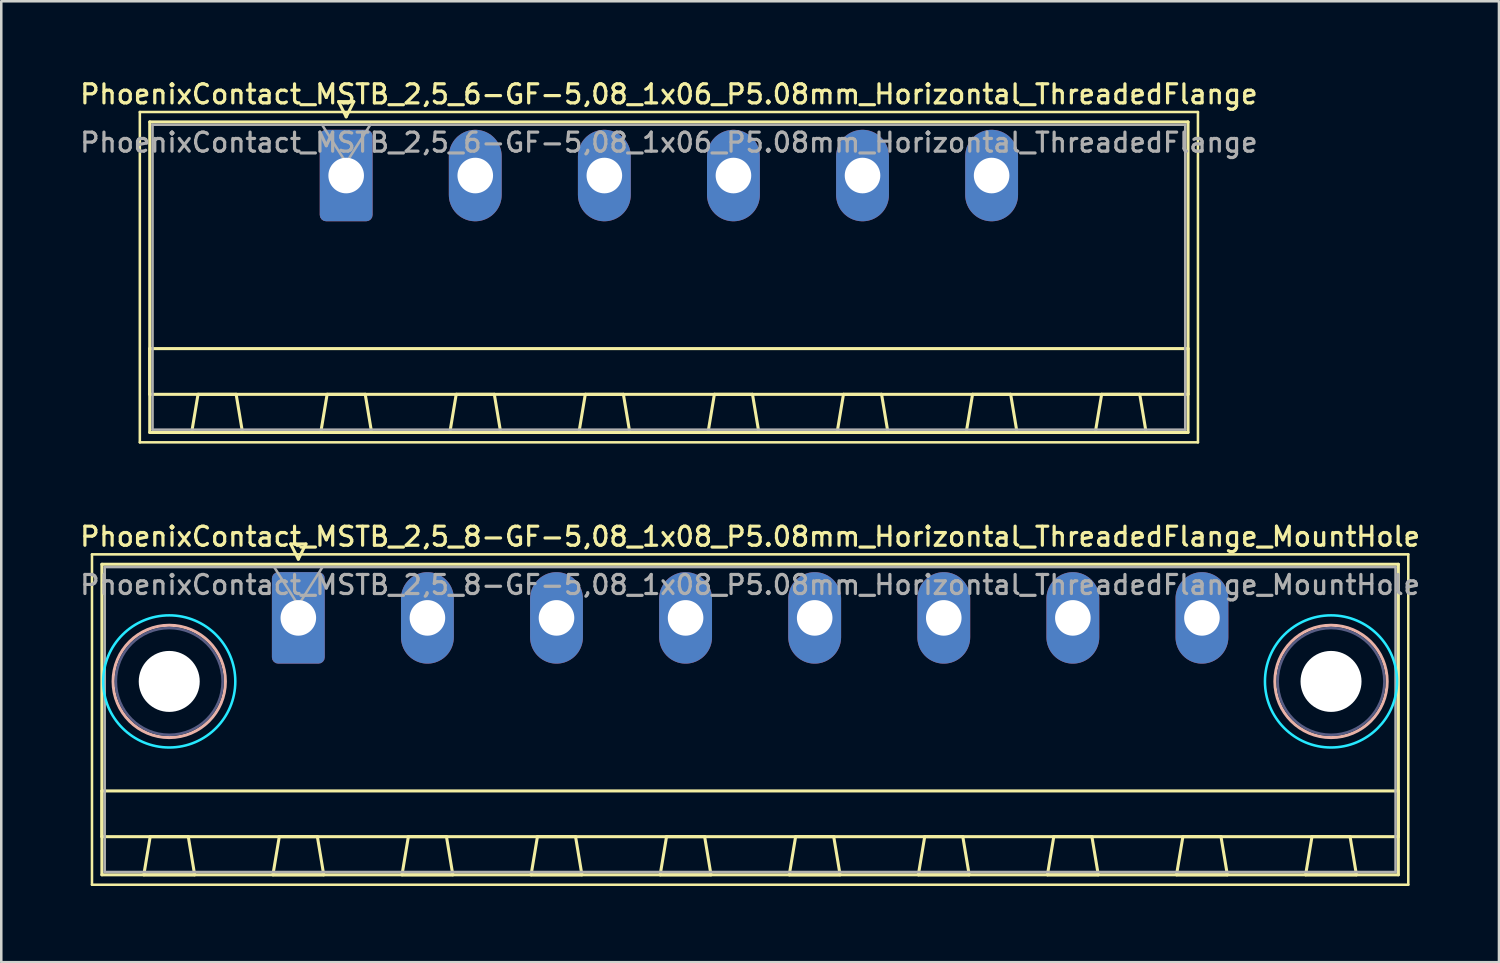
<source format=kicad_pcb>
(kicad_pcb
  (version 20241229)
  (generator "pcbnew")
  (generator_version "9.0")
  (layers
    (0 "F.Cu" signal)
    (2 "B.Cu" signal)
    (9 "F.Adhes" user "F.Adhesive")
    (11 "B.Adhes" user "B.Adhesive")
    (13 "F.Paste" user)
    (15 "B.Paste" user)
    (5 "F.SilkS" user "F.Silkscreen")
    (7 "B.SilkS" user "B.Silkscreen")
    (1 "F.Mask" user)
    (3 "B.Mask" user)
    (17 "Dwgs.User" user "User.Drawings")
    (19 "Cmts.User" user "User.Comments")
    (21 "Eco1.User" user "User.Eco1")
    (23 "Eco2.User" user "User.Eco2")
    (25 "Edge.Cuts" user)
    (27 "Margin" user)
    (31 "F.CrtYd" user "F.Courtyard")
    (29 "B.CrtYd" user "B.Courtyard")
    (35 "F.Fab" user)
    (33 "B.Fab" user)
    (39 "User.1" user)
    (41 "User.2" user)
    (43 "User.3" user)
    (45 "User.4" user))
  (footprint "PhoenixContact_MSTB_2,5_6-GF-5,08_1x06_P5.08mm_Horizontal_ThreadedFlange"
    (layer "F.Cu")
    (at 10.573 3.858)
    (property "Reference" "PhoenixContact_MSTB_2,5_6-GF-5,08_1x06_P5.08mm_Horizontal_ThreadedFlange" (at 12.7 -3.2 0) (layer "F.SilkS") (effects (font (size 0.75 0.75) (thickness 0.125))))
    (attr through_hole)
    (fp_line (start -8.12 -2.5) (end -8.12 10.5) (stroke (width 0.1) (type solid)) (layer "F.SilkS"))
    (fp_line (start -8.12 10.5) (end 33.52 10.5) (stroke (width 0.1) (type solid)) (layer "F.SilkS"))
    (fp_line (start -7.73 -2.11) (end -7.73 10.11) (stroke (width 0.12) (type solid)) (layer "F.SilkS"))
    (fp_line (start -7.73 6.81) (end 33.13 6.81) (stroke (width 0.12) (type solid)) (layer "F.SilkS"))
    (fp_line (start -7.73 8.61) (end -7.73 6.81) (stroke (width 0.12) (type solid)) (layer "F.SilkS"))
    (fp_line (start -7.73 10.11) (end 33.13 10.11) (stroke (width 0.12) (type solid)) (layer "F.SilkS"))
    (fp_line (start -6.08 10.11) (end -4.08 10.11) (stroke (width 0.12) (type solid)) (layer "F.SilkS"))
    (fp_line (start -5.83 8.61) (end -6.08 10.11) (stroke (width 0.12) (type solid)) (layer "F.SilkS"))
    (fp_line (start -4.33 8.61) (end -5.83 8.61) (stroke (width 0.12) (type solid)) (layer "F.SilkS"))
    (fp_line (start -4.08 10.11) (end -4.33 8.61) (stroke (width 0.12) (type solid)) (layer "F.SilkS"))
    (fp_line (start -1 10.11) (end 1 10.11) (stroke (width 0.12) (type solid)) (layer "F.SilkS"))
    (fp_line (start -0.75 8.61) (end -1 10.11) (stroke (width 0.12) (type solid)) (layer "F.SilkS"))
    (fp_line (start -0.3 -2.91) (end 0.3 -2.91) (stroke (width 0.12) (type solid)) (layer "F.SilkS"))
    (fp_line (start 0 -2.31) (end -0.3 -2.91) (stroke (width 0.12) (type solid)) (layer "F.SilkS"))
    (fp_line (start 0.3 -2.91) (end 0 -2.31) (stroke (width 0.12) (type solid)) (layer "F.SilkS"))
    (fp_line (start 0.75 8.61) (end -0.75 8.61) (stroke (width 0.12) (type solid)) (layer "F.SilkS"))
    (fp_line (start 1 10.11) (end 0.75 8.61) (stroke (width 0.12) (type solid)) (layer "F.SilkS"))
    (fp_line (start 4.08 10.11) (end 6.08 10.11) (stroke (width 0.12) (type solid)) (layer "F.SilkS"))
    (fp_line (start 4.33 8.61) (end 4.08 10.11) (stroke (width 0.12) (type solid)) (layer "F.SilkS"))
    (fp_line (start 5.83 8.61) (end 4.33 8.61) (stroke (width 0.12) (type solid)) (layer "F.SilkS"))
    (fp_line (start 6.08 10.11) (end 5.83 8.61) (stroke (width 0.12) (type solid)) (layer "F.SilkS"))
    (fp_line (start 9.16 10.11) (end 11.16 10.11) (stroke (width 0.12) (type solid)) (layer "F.SilkS"))
    (fp_line (start 9.41 8.61) (end 9.16 10.11) (stroke (width 0.12) (type solid)) (layer "F.SilkS"))
    (fp_line (start 10.91 8.61) (end 9.41 8.61) (stroke (width 0.12) (type solid)) (layer "F.SilkS"))
    (fp_line (start 11.16 10.11) (end 10.91 8.61) (stroke (width 0.12) (type solid)) (layer "F.SilkS"))
    (fp_line (start 14.24 10.11) (end 16.24 10.11) (stroke (width 0.12) (type solid)) (layer "F.SilkS"))
    (fp_line (start 14.49 8.61) (end 14.24 10.11) (stroke (width 0.12) (type solid)) (layer "F.SilkS"))
    (fp_line (start 15.99 8.61) (end 14.49 8.61) (stroke (width 0.12) (type solid)) (layer "F.SilkS"))
    (fp_line (start 16.24 10.11) (end 15.99 8.61) (stroke (width 0.12) (type solid)) (layer "F.SilkS"))
    (fp_line (start 19.32 10.11) (end 21.32 10.11) (stroke (width 0.12) (type solid)) (layer "F.SilkS"))
    (fp_line (start 19.57 8.61) (end 19.32 10.11) (stroke (width 0.12) (type solid)) (layer "F.SilkS"))
    (fp_line (start 21.07 8.61) (end 19.57 8.61) (stroke (width 0.12) (type solid)) (layer "F.SilkS"))
    (fp_line (start 21.32 10.11) (end 21.07 8.61) (stroke (width 0.12) (type solid)) (layer "F.SilkS"))
    (fp_line (start 24.4 10.11) (end 26.4 10.11) (stroke (width 0.12) (type solid)) (layer "F.SilkS"))
    (fp_line (start 24.65 8.61) (end 24.4 10.11) (stroke (width 0.12) (type solid)) (layer "F.SilkS"))
    (fp_line (start 26.15 8.61) (end 24.65 8.61) (stroke (width 0.12) (type solid)) (layer "F.SilkS"))
    (fp_line (start 26.4 10.11) (end 26.15 8.61) (stroke (width 0.12) (type solid)) (layer "F.SilkS"))
    (fp_line (start 29.48 10.11) (end 31.48 10.11) (stroke (width 0.12) (type solid)) (layer "F.SilkS"))
    (fp_line (start 29.73 8.61) (end 29.48 10.11) (stroke (width 0.12) (type solid)) (layer "F.SilkS"))
    (fp_line (start 31.23 8.61) (end 29.73 8.61) (stroke (width 0.12) (type solid)) (layer "F.SilkS"))
    (fp_line (start 31.48 10.11) (end 31.23 8.61) (stroke (width 0.12) (type solid)) (layer "F.SilkS"))
    (fp_line (start 33.13 -2.11) (end -7.73 -2.11) (stroke (width 0.12) (type solid)) (layer "F.SilkS"))
    (fp_line (start 33.13 6.81) (end 33.13 8.61) (stroke (width 0.12) (type solid)) (layer "F.SilkS"))
    (fp_line (start 33.13 8.61) (end -7.73 8.61) (stroke (width 0.12) (type solid)) (layer "F.SilkS"))
    (fp_line (start 33.13 10.11) (end 33.13 -2.11) (stroke (width 0.12) (type solid)) (layer "F.SilkS"))
    (fp_line (start 33.52 -2.5) (end -8.12 -2.5) (stroke (width 0.1) (type solid)) (layer "F.SilkS"))
    (fp_line (start 33.52 10.5) (end 33.52 -2.5) (stroke (width 0.1) (type solid)) (layer "F.SilkS"))
    (fp_line (start -7.62 -2) (end -7.62 10) (stroke (width 0.1) (type solid)) (layer "F.Fab"))
    (fp_line (start -7.62 10) (end 33.02 10) (stroke (width 0.1) (type solid)) (layer "F.Fab"))
    (fp_line (start 0 -0.5) (end -0.95 -2) (stroke (width 0.1) (type solid)) (layer "F.Fab"))
    (fp_line (start 0.95 -2) (end 0 -0.5) (stroke (width 0.1) (type solid)) (layer "F.Fab"))
    (fp_line (start 33.02 -2) (end -7.62 -2) (stroke (width 0.1) (type solid)) (layer "F.Fab"))
    (fp_line (start 33.02 10) (end 33.02 -2) (stroke (width 0.1) (type solid)) (layer "F.Fab"))
    (fp_text user "${REFERENCE}" (at 12.7 -1.3 0) (layer "F.Fab") (effects (font (size 0.75 0.75) (thickness 0.125))))
    (pad "1" thru_hole roundrect (at 0 0) (size 2.08 3.6) (drill 1.4) (layers "*.Cu" "*.Mask") (roundrect_rratio 0.12))
    (pad "2" thru_hole oval (at 5.08 0) (size 2.08 3.6) (drill 1.4) (layers "*.Cu" "*.Mask"))
    (pad "3" thru_hole oval (at 10.16 0) (size 2.08 3.6) (drill 1.4) (layers "*.Cu" "*.Mask"))
    (pad "4" thru_hole oval (at 15.24 0) (size 2.08 3.6) (drill 1.4) (layers "*.Cu" "*.Mask"))
    (pad "5" thru_hole oval (at 20.32 0) (size 2.08 3.6) (drill 1.4) (layers "*.Cu" "*.Mask"))
    (pad "6" thru_hole oval (at 25.4 0) (size 2.08 3.6) (drill 1.4) (layers "*.Cu" "*.Mask")))
  (footprint "PhoenixContact_MSTB_2,5_8-GF-5,08_1x08_P5.08mm_Horizontal_ThreadedFlange_MountHole"
    (layer "F.Cu")
    (at 8.69 21.266)
    (property "Reference" "PhoenixContact_MSTB_2,5_8-GF-5,08_1x08_P5.08mm_Horizontal_ThreadedFlange_MountHole" (at 17.78 -3.2 0) (layer "F.SilkS") (effects (font (size 0.75 0.75) (thickness 0.125))))
    (attr through_hole)
    (fp_line (start -8.12 -2.5) (end -8.12 10.5) (stroke (width 0.1) (type solid)) (layer "F.SilkS"))
    (fp_line (start -8.12 10.5) (end 43.68 10.5) (stroke (width 0.1) (type solid)) (layer "F.SilkS"))
    (fp_line (start -7.73 -2.11) (end -7.73 10.11) (stroke (width 0.12) (type solid)) (layer "F.SilkS"))
    (fp_line (start -7.73 6.81) (end 43.29 6.81) (stroke (width 0.12) (type solid)) (layer "F.SilkS"))
    (fp_line (start -7.73 8.61) (end -7.73 6.81) (stroke (width 0.12) (type solid)) (layer "F.SilkS"))
    (fp_line (start -7.73 10.11) (end 43.29 10.11) (stroke (width 0.12) (type solid)) (layer "F.SilkS"))
    (fp_line (start -6.08 10.11) (end -4.08 10.11) (stroke (width 0.12) (type solid)) (layer "F.SilkS"))
    (fp_line (start -5.83 8.61) (end -6.08 10.11) (stroke (width 0.12) (type solid)) (layer "F.SilkS"))
    (fp_line (start -4.33 8.61) (end -5.83 8.61) (stroke (width 0.12) (type solid)) (layer "F.SilkS"))
    (fp_line (start -4.08 10.11) (end -4.33 8.61) (stroke (width 0.12) (type solid)) (layer "F.SilkS"))
    (fp_line (start -1 10.11) (end 1 10.11) (stroke (width 0.12) (type solid)) (layer "F.SilkS"))
    (fp_line (start -0.75 8.61) (end -1 10.11) (stroke (width 0.12) (type solid)) (layer "F.SilkS"))
    (fp_line (start -0.3 -2.91) (end 0.3 -2.91) (stroke (width 0.12) (type solid)) (layer "F.SilkS"))
    (fp_line (start 0 -2.31) (end -0.3 -2.91) (stroke (width 0.12) (type solid)) (layer "F.SilkS"))
    (fp_line (start 0.3 -2.91) (end 0 -2.31) (stroke (width 0.12) (type solid)) (layer "F.SilkS"))
    (fp_line (start 0.75 8.61) (end -0.75 8.61) (stroke (width 0.12) (type solid)) (layer "F.SilkS"))
    (fp_line (start 1 10.11) (end 0.75 8.61) (stroke (width 0.12) (type solid)) (layer "F.SilkS"))
    (fp_line (start 4.08 10.11) (end 6.08 10.11) (stroke (width 0.12) (type solid)) (layer "F.SilkS"))
    (fp_line (start 4.33 8.61) (end 4.08 10.11) (stroke (width 0.12) (type solid)) (layer "F.SilkS"))
    (fp_line (start 5.83 8.61) (end 4.33 8.61) (stroke (width 0.12) (type solid)) (layer "F.SilkS"))
    (fp_line (start 6.08 10.11) (end 5.83 8.61) (stroke (width 0.12) (type solid)) (layer "F.SilkS"))
    (fp_line (start 9.16 10.11) (end 11.16 10.11) (stroke (width 0.12) (type solid)) (layer "F.SilkS"))
    (fp_line (start 9.41 8.61) (end 9.16 10.11) (stroke (width 0.12) (type solid)) (layer "F.SilkS"))
    (fp_line (start 10.91 8.61) (end 9.41 8.61) (stroke (width 0.12) (type solid)) (layer "F.SilkS"))
    (fp_line (start 11.16 10.11) (end 10.91 8.61) (stroke (width 0.12) (type solid)) (layer "F.SilkS"))
    (fp_line (start 14.24 10.11) (end 16.24 10.11) (stroke (width 0.12) (type solid)) (layer "F.SilkS"))
    (fp_line (start 14.49 8.61) (end 14.24 10.11) (stroke (width 0.12) (type solid)) (layer "F.SilkS"))
    (fp_line (start 15.99 8.61) (end 14.49 8.61) (stroke (width 0.12) (type solid)) (layer "F.SilkS"))
    (fp_line (start 16.24 10.11) (end 15.99 8.61) (stroke (width 0.12) (type solid)) (layer "F.SilkS"))
    (fp_line (start 19.32 10.11) (end 21.32 10.11) (stroke (width 0.12) (type solid)) (layer "F.SilkS"))
    (fp_line (start 19.57 8.61) (end 19.32 10.11) (stroke (width 0.12) (type solid)) (layer "F.SilkS"))
    (fp_line (start 21.07 8.61) (end 19.57 8.61) (stroke (width 0.12) (type solid)) (layer "F.SilkS"))
    (fp_line (start 21.32 10.11) (end 21.07 8.61) (stroke (width 0.12) (type solid)) (layer "F.SilkS"))
    (fp_line (start 24.4 10.11) (end 26.4 10.11) (stroke (width 0.12) (type solid)) (layer "F.SilkS"))
    (fp_line (start 24.65 8.61) (end 24.4 10.11) (stroke (width 0.12) (type solid)) (layer "F.SilkS"))
    (fp_line (start 26.15 8.61) (end 24.65 8.61) (stroke (width 0.12) (type solid)) (layer "F.SilkS"))
    (fp_line (start 26.4 10.11) (end 26.15 8.61) (stroke (width 0.12) (type solid)) (layer "F.SilkS"))
    (fp_line (start 29.48 10.11) (end 31.48 10.11) (stroke (width 0.12) (type solid)) (layer "F.SilkS"))
    (fp_line (start 29.73 8.61) (end 29.48 10.11) (stroke (width 0.12) (type solid)) (layer "F.SilkS"))
    (fp_line (start 31.23 8.61) (end 29.73 8.61) (stroke (width 0.12) (type solid)) (layer "F.SilkS"))
    (fp_line (start 31.48 10.11) (end 31.23 8.61) (stroke (width 0.12) (type solid)) (layer "F.SilkS"))
    (fp_line (start 34.56 10.11) (end 36.56 10.11) (stroke (width 0.12) (type solid)) (layer "F.SilkS"))
    (fp_line (start 34.81 8.61) (end 34.56 10.11) (stroke (width 0.12) (type solid)) (layer "F.SilkS"))
    (fp_line (start 36.31 8.61) (end 34.81 8.61) (stroke (width 0.12) (type solid)) (layer "F.SilkS"))
    (fp_line (start 36.56 10.11) (end 36.31 8.61) (stroke (width 0.12) (type solid)) (layer "F.SilkS"))
    (fp_line (start 39.64 10.11) (end 41.64 10.11) (stroke (width 0.12) (type solid)) (layer "F.SilkS"))
    (fp_line (start 39.89 8.61) (end 39.64 10.11) (stroke (width 0.12) (type solid)) (layer "F.SilkS"))
    (fp_line (start 41.39 8.61) (end 39.89 8.61) (stroke (width 0.12) (type solid)) (layer "F.SilkS"))
    (fp_line (start 41.64 10.11) (end 41.39 8.61) (stroke (width 0.12) (type solid)) (layer "F.SilkS"))
    (fp_line (start 43.29 -2.11) (end -7.73 -2.11) (stroke (width 0.12) (type solid)) (layer "F.SilkS"))
    (fp_line (start 43.29 6.81) (end 43.29 8.61) (stroke (width 0.12) (type solid)) (layer "F.SilkS"))
    (fp_line (start 43.29 8.61) (end -7.73 8.61) (stroke (width 0.12) (type solid)) (layer "F.SilkS"))
    (fp_line (start 43.29 10.11) (end 43.29 -2.11) (stroke (width 0.12) (type solid)) (layer "F.SilkS"))
    (fp_line (start 43.68 -2.5) (end -8.12 -2.5) (stroke (width 0.1) (type solid)) (layer "F.SilkS"))
    (fp_line (start 43.68 10.5) (end 43.68 -2.5) (stroke (width 0.1) (type solid)) (layer "F.SilkS"))
    (fp_circle (center -5.08 2.5) (end -2.87 2.5) (stroke (width 0.12) (type solid)) (fill no) (layer "B.SilkS"))
    (fp_circle (center 40.64 2.5) (end 42.85 2.5) (stroke (width 0.12) (type solid)) (fill no) (layer "B.SilkS"))
    (fp_circle (center -5.08 2.5) (end -2.48 2.5) (stroke (width 0.1) (type solid)) (fill no) (layer "B.CrtYd"))
    (fp_circle (center 40.64 2.5) (end 43.24 2.5) (stroke (width 0.1) (type solid)) (fill no) (layer "B.CrtYd"))
    (fp_circle (center -5.08 2.5) (end -2.98 2.5) (stroke (width 0.1) (type solid)) (fill no) (layer "B.Fab"))
    (fp_circle (center 40.64 2.5) (end 42.74 2.5) (stroke (width 0.1) (type solid)) (fill no) (layer "B.Fab"))
    (fp_line (start -7.62 -2) (end -7.62 10) (stroke (width 0.1) (type solid)) (layer "F.Fab"))
    (fp_line (start -7.62 10) (end 43.18 10) (stroke (width 0.1) (type solid)) (layer "F.Fab"))
    (fp_line (start 0 -0.5) (end -0.95 -2) (stroke (width 0.1) (type solid)) (layer "F.Fab"))
    (fp_line (start 0.95 -2) (end 0 -0.5) (stroke (width 0.1) (type solid)) (layer "F.Fab"))
    (fp_line (start 43.18 -2) (end -7.62 -2) (stroke (width 0.1) (type solid)) (layer "F.Fab"))
    (fp_line (start 43.18 10) (end 43.18 -2) (stroke (width 0.1) (type solid)) (layer "F.Fab"))
    (fp_text user "${REFERENCE}" (at 17.78 -1.3 0) (layer "F.Fab") (effects (font (size 0.75 0.75) (thickness 0.125))))
    (pad "" np_thru_hole circle (at -5.08 2.5) (size 2.4 2.4) (drill 2.4) (layers "*.Cu" "*.Mask"))
    (pad "" np_thru_hole circle (at 40.64 2.5) (size 2.4 2.4) (drill 2.4) (layers "*.Cu" "*.Mask"))
    (pad "1" thru_hole roundrect (at 0 0) (size 2.08 3.6) (drill 1.4) (layers "*.Cu" "*.Mask") (roundrect_rratio 0.12))
    (pad "2" thru_hole oval (at 5.08 0) (size 2.08 3.6) (drill 1.4) (layers "*.Cu" "*.Mask"))
    (pad "3" thru_hole oval (at 10.16 0) (size 2.08 3.6) (drill 1.4) (layers "*.Cu" "*.Mask"))
    (pad "4" thru_hole oval (at 15.24 0) (size 2.08 3.6) (drill 1.4) (layers "*.Cu" "*.Mask"))
    (pad "5" thru_hole oval (at 20.32 0) (size 2.08 3.6) (drill 1.4) (layers "*.Cu" "*.Mask"))
    (pad "6" thru_hole oval (at 25.4 0) (size 2.08 3.6) (drill 1.4) (layers "*.Cu" "*.Mask"))
    (pad "7" thru_hole oval (at 30.48 0) (size 2.08 3.6) (drill 1.4) (layers "*.Cu" "*.Mask"))
    (pad "8" thru_hole oval (at 35.56 0) (size 2.08 3.6) (drill 1.4) (layers "*.Cu" "*.Mask")))
  (gr_rect
    (start -3 -3)
    (end 55.939 34.816)
    (stroke (width 0.1) (type default))
    (fill no)
    (layer "Edge.Cuts")))
</source>
